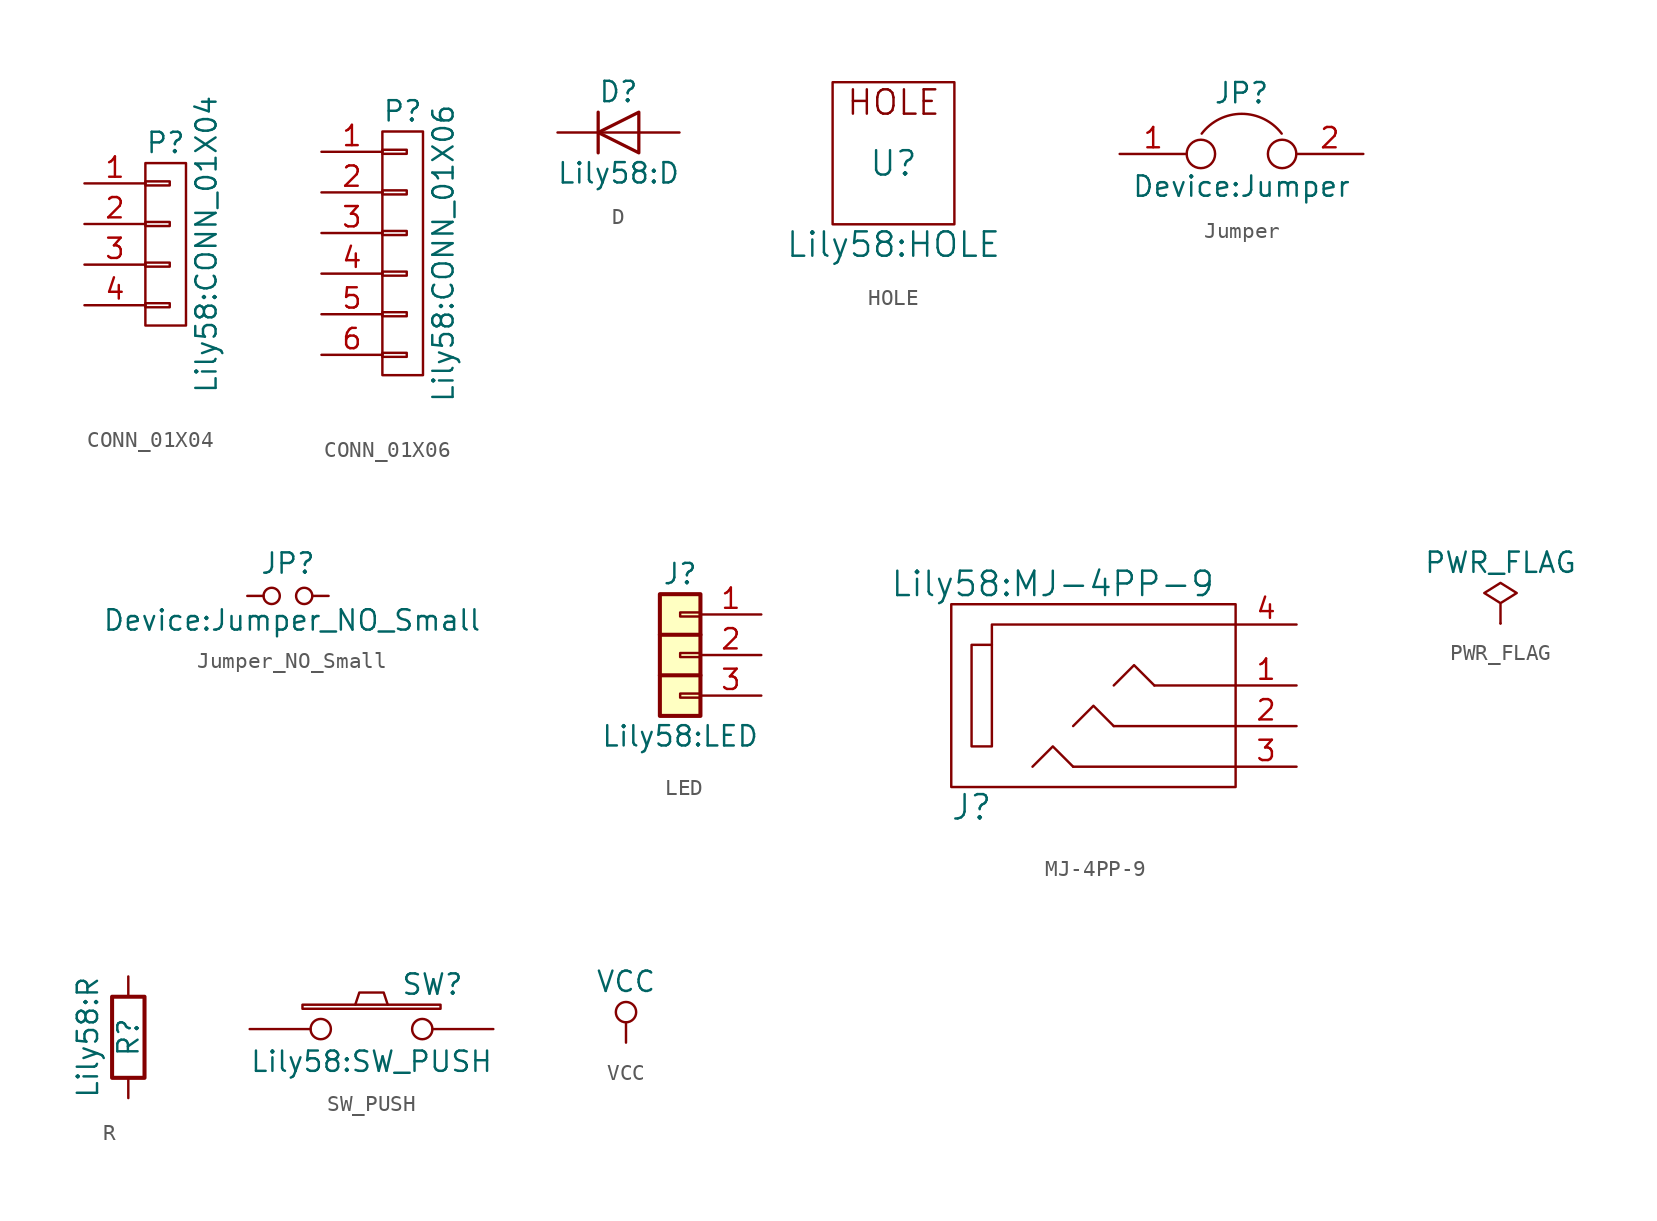
<source format=kicad_sym>
(kicad_symbol_lib
  (version 20220914)
  (generator kicad_symbol_editor)
  (symbol "CONN_01X04"
    (pin_names
      (offset 1.016) hide)
    (property "Reference" "P"
      (at 0 6.35 0)
      (effects (font (size 1.27 1.27))))
    (property "Value" "Lily58:CONN_01X04"
      (at 2.54 0 90)
      (effects (font (size 1.27 1.27))))
    (property "Footprint" ""
      (at 0 0 0)
      (effects (font (size 1.27 1.27))))
    (property "Datasheet" ""
      (at 0 0 0)
      (effects (font (size 1.27 1.27))))
    (symbol "CONN_01X04_0_1"
      (rectangle (start -1.27 -3.683) (end 0.254 -3.937) (stroke (width 0) (type solid)) (fill (type none)))
      (rectangle (start -1.27 -1.143) (end 0.254 -1.397) (stroke (width 0) (type solid)) (fill (type none)))
      (rectangle (start -1.27 1.397) (end 0.254 1.143) (stroke (width 0) (type solid)) (fill (type none)))
      (rectangle (start -1.27 3.937) (end 0.254 3.683) (stroke (width 0) (type solid)) (fill (type none)))
      (rectangle (start -1.27 5.08) (end 1.27 -5.08) (stroke (width 0) (type solid)) (fill (type none))))
    (symbol "CONN_01X04_1_1"
      (pin passive line (at -5.08 3.81 0) (length 3.81) (name "P1" (effects (font (size 1.27 1.27)))) (number "1" (effects (font (size 1.27 1.27)))))
      (pin passive line (at -5.08 1.27 0) (length 3.81) (name "P2" (effects (font (size 1.27 1.27)))) (number "2" (effects (font (size 1.27 1.27)))))
      (pin passive line (at -5.08 -1.27 0) (length 3.81) (name "P3" (effects (font (size 1.27 1.27)))) (number "3" (effects (font (size 1.27 1.27)))))
      (pin passive line (at -5.08 -3.81 0) (length 3.81) (name "P4" (effects (font (size 1.27 1.27)))) (number "4" (effects (font (size 1.27 1.27)))))))
  (symbol "CONN_01X06"
    (pin_names
      (offset 1.016) hide)
    (property "Reference" "P"
      (at 0 8.89 0)
      (effects (font (size 1.27 1.27))))
    (property "Value" "Lily58:CONN_01X06"
      (at 2.54 0 90)
      (effects (font (size 1.27 1.27))))
    (property "Footprint" ""
      (at 0 0 0)
      (effects (font (size 1.27 1.27))))
    (property "Datasheet" ""
      (at 0 0 0)
      (effects (font (size 1.27 1.27))))
    (symbol "CONN_01X06_0_1"
      (rectangle (start -1.27 -6.223) (end 0.254 -6.477) (stroke (width 0) (type solid)) (fill (type none)))
      (rectangle (start -1.27 -3.683) (end 0.254 -3.937) (stroke (width 0) (type solid)) (fill (type none)))
      (rectangle (start -1.27 -1.143) (end 0.254 -1.397) (stroke (width 0) (type solid)) (fill (type none)))
      (rectangle (start -1.27 1.397) (end 0.254 1.143) (stroke (width 0) (type solid)) (fill (type none)))
      (rectangle (start -1.27 3.937) (end 0.254 3.683) (stroke (width 0) (type solid)) (fill (type none)))
      (rectangle (start -1.27 6.477) (end 0.254 6.223) (stroke (width 0) (type solid)) (fill (type none)))
      (rectangle (start -1.27 7.62) (end 1.27 -7.62) (stroke (width 0) (type solid)) (fill (type none))))
    (symbol "CONN_01X06_1_1"
      (pin passive line (at -5.08 6.35 0) (length 3.81) (name "P1" (effects (font (size 1.27 1.27)))) (number "1" (effects (font (size 1.27 1.27)))))
      (pin passive line (at -5.08 3.81 0) (length 3.81) (name "P2" (effects (font (size 1.27 1.27)))) (number "2" (effects (font (size 1.27 1.27)))))
      (pin passive line (at -5.08 1.27 0) (length 3.81) (name "P3" (effects (font (size 1.27 1.27)))) (number "3" (effects (font (size 1.27 1.27)))))
      (pin passive line (at -5.08 -1.27 0) (length 3.81) (name "P4" (effects (font (size 1.27 1.27)))) (number "4" (effects (font (size 1.27 1.27)))))
      (pin passive line (at -5.08 -3.81 0) (length 3.81) (name "P5" (effects (font (size 1.27 1.27)))) (number "5" (effects (font (size 1.27 1.27)))))
      (pin passive line (at -5.08 -6.35 0) (length 3.81) (name "P6" (effects (font (size 1.27 1.27)))) (number "6" (effects (font (size 1.27 1.27)))))))
  (symbol "D"
    (pin_numbers hide)
    (pin_names
      (offset 1.016) hide)
    (property "Reference" "D"
      (at 0 2.54 0)
      (effects (font (size 1.27 1.27))))
    (property "Value" "Lily58:D"
      (at 0 -2.54 0)
      (effects (font (size 1.27 1.27))))
    (symbol "D_0_1"
      (polyline (pts (xy -1.27 1.27) (xy -1.27 -1.27)) (stroke (width 0.203) (type solid)) (fill (type none)))
      (polyline (pts (xy 1.27 0) (xy -1.27 0)) (stroke (width 0) (type solid)) (fill (type none)))
      (polyline (pts (xy 1.27 1.27) (xy 1.27 -1.27) (xy -1.27 0) (xy 1.27 1.27)) (stroke (width 0.203) (type solid)) (fill (type none))))
    (symbol "D_1_1"
      (pin passive line (at -3.81 0 0) (length 2.54) (name "K" (effects (font (size 1.27 1.27)))) (number "1" (effects (font (size 1.27 1.27)))))
      (pin passive line (at 3.81 0 180) (length 2.54) (name "A" (effects (font (size 1.27 1.27)))) (number "2" (effects (font (size 1.27 1.27)))))))
  (symbol "HOLE"
    (pin_names
      (offset 1.016))
    (property "Reference" "U"
      (at 0 0 0)
      (effects (font (size 1.524 1.524))))
    (property "Value" "Lily58:HOLE"
      (at 0 -5.08 0)
      (effects (font (size 1.524 1.524))))
    (property "Footprint" ""
      (at 0 0 0)
      (effects (font (size 1.524 1.524))))
    (property "Datasheet" ""
      (at 0 0 0)
      (effects (font (size 1.524 1.524))))
    (symbol "HOLE_0_0"
      (text "HOLE" (at 0 3.81 0) (effects (font (size 1.524 1.524)))))
    (symbol "HOLE_0_1"
      (rectangle (start 3.81 5.08) (end -3.81 -3.81) (stroke (width 0) (type solid)) (fill (type none)))))
  (symbol "Jumper"
    (pin_names
      (offset 0.762) hide)
    (property "Reference" "JP"
      (at 0 3.81 0)
      (effects (font (size 1.27 1.27))))
    (property "Value" "Device:Jumper"
      (at 0 -2.032 0)
      (effects (font (size 1.27 1.27))))
    (symbol "Jumper_0_1"
      (circle (center -2.54 0) (radius 0.889) (stroke (width 0) (type solid)) (fill (type none)))
      (arc (start 2.5146 1.27) (mid 0.0078 2.5097) (end -2.4892 1.27) (stroke (width 0) (type solid)) (fill (type none)))
      (circle (center 2.54 0) (radius 0.889) (stroke (width 0) (type solid)) (fill (type none)))
      (pin passive line (at -7.62 0 0) (length 4.191) (name "1" (effects (font (size 1.27 1.27)))) (number "1" (effects (font (size 1.27 1.27)))))
      (pin passive line (at 7.62 0 180) (length 4.191) (name "2" (effects (font (size 1.27 1.27)))) (number "2" (effects (font (size 1.27 1.27)))))))
  (symbol "Jumper_NO_Small"
    (pin_numbers hide)
    (pin_names
      (offset 0.762) hide)
    (property "Reference" "JP"
      (at 0 2.032 0)
      (effects (font (size 1.27 1.27))))
    (property "Value" "Device:Jumper_NO_Small"
      (at 0.254 -1.524 0)
      (effects (font (size 1.27 1.27))))
    (symbol "Jumper_NO_Small_0_1"
      (circle (center -1.016 0) (radius 0.508) (stroke (width 0) (type solid)) (fill (type none)))
      (circle (center 1.016 0) (radius 0.508) (stroke (width 0) (type solid)) (fill (type none)))
      (pin passive line (at -2.54 0 0) (length 1.016) (name "1" (effects (font (size 1.27 1.27)))) (number "1" (effects (font (size 1.27 1.27)))))
      (pin passive line (at 2.54 0 180) (length 1.016) (name "2" (effects (font (size 1.27 1.27)))) (number "2" (effects (font (size 1.27 1.27)))))))
  (symbol "LED"
    (pin_names
      (offset 1.016) hide)
    (property "Reference" "J"
      (at 0 5.08 0)
      (effects (font (size 1.27 1.27))))
    (property "Value" "Lily58:LED"
      (at 0 -5.08 0)
      (effects (font (size 1.27 1.27))))
    (symbol "LED_1_1"
      (rectangle (start -1.27 3.81) (end 1.27 -3.81) (stroke (width 0.254) (type solid)) (fill (type background)))
      (rectangle (start 0 -2.413) (end 1.27 -2.667) (stroke (width 0.152) (type solid)) (fill (type none)))
      (polyline (pts (xy -1.27 -1.27) (xy 1.27 -1.27)) (stroke (width 0.254) (type solid)) (fill (type none)))
      (polyline (pts (xy -1.27 1.27) (xy 1.27 1.27)) (stroke (width 0.254) (type solid)) (fill (type none)))
      (rectangle (start 0 0.127) (end 1.27 -0.127) (stroke (width 0.152) (type solid)) (fill (type none)))
      (rectangle (start 0 2.667) (end 1.27 2.413) (stroke (width 0.152) (type solid)) (fill (type none)))
      (pin passive line (at 5.08 2.54 180) (length 3.81) (name "Pin_1" (effects (font (size 1.27 1.27)))) (number "1" (effects (font (size 1.27 1.27)))))
      (pin passive line (at 5.08 0 180) (length 3.81) (name "Pin_2" (effects (font (size 1.27 1.27)))) (number "2" (effects (font (size 1.27 1.27)))))
      (pin passive line (at 5.08 -2.54 180) (length 3.81) (name "Pin_3" (effects (font (size 1.27 1.27)))) (number "3" (effects (font (size 1.27 1.27)))))))
  (symbol "MJ-4PP-9"
    (pin_names
      (offset 1.016))
    (property "Reference" "J"
      (at -8.89 -7.62 0)
      (effects (font (size 1.524 1.524))))
    (property "Value" "Lily58:MJ-4PP-9"
      (at -3.81 6.35 0)
      (effects (font (size 1.524 1.524))))
    (property "Footprint" ""
      (at 0 0 0)
      (effects (font (size 1.524 1.524))))
    (property "Datasheet" ""
      (at 0 0 0)
      (effects (font (size 1.524 1.524))))
    (symbol "MJ-4PP-9_0_1"
      (rectangle (start -7.62 2.54) (end -8.89 -3.81) (stroke (width 0) (type solid)) (fill (type none)))
      (polyline (pts (xy 2.54 0) (xy 7.62 0)) (stroke (width 0) (type solid)) (fill (type none)))
      (polyline (pts (xy -2.54 -5.08) (xy 7.62 -5.08) (xy 7.62 -5.08)) (stroke (width 0) (type solid)) (fill (type none)))
      (polyline (pts (xy 0 -2.54) (xy -1.27 -1.27) (xy -2.54 -2.54)) (stroke (width 0) (type solid)) (fill (type none)))
      (polyline (pts (xy 0 0) (xy 1.27 1.27) (xy 2.54 0)) (stroke (width 0) (type solid)) (fill (type none)))
      (polyline (pts (xy 7.62 3.81) (xy -7.62 3.81) (xy -7.62 2.54)) (stroke (width 0) (type solid)) (fill (type none)))
      (polyline (pts (xy -2.54 -5.08) (xy -3.81 -3.81) (xy -5.08 -5.08) (xy -5.08 -5.08)) (stroke (width 0) (type solid)) (fill (type none)))
      (polyline (pts (xy 0 -2.54) (xy 7.62 -2.54) (xy 7.62 -2.54) (xy 7.62 -2.54)) (stroke (width 0) (type solid)) (fill (type none)))
      (rectangle (start 7.62 -6.35) (end -10.16 5.08) (stroke (width 0) (type solid)) (fill (type none))))
    (symbol "MJ-4PP-9_1_1"
      (pin passive line (at 11.43 0 180) (length 3.81) (name "~" (effects (font (size 1.27 1.27)))) (number "1" (effects (font (size 1.27 1.27)))))
      (pin passive line (at 11.43 -2.54 180) (length 3.81) (name "~" (effects (font (size 1.27 1.27)))) (number "2" (effects (font (size 1.27 1.27)))))
      (pin passive line (at 11.43 -5.08 180) (length 3.81) (name "~" (effects (font (size 1.27 1.27)))) (number "3" (effects (font (size 1.27 1.27)))))
      (pin passive line (at 11.43 3.81 180) (length 3.81) (name "~" (effects (font (size 1.27 1.27)))) (number "4" (effects (font (size 1.27 1.27)))))))
  (symbol "PWR_FLAG"
    (power)
    (pin_numbers hide)
    (pin_names
      (offset 0) hide)
    (property "Reference" "#FLG"
      (at 0 0 0)
      (effects (font (size 1.27 1.27)) hide))
    (property "Value" "PWR_FLAG"
      (at 0 3.81 0)
      (effects (font (size 1.27 1.27))))
    (symbol "PWR_FLAG_0_0"
      (pin power_out line (at 0 0 90) (length 0) (name "pwr" (effects (font (size 1.27 1.27)))) (number "1" (effects (font (size 1.27 1.27))))))
    (symbol "PWR_FLAG_0_1"
      (polyline (pts (xy 0 0) (xy 0 1.27) (xy -1.016 1.905) (xy 0 2.54) (xy 1.016 1.905) (xy 0 1.27)) (stroke (width 0) (type solid)) (fill (type none)))))
  (symbol "R"
    (pin_numbers hide)
    (pin_names
      (offset 0))
    (property "Reference" "R"
      (at 0 0 90)
      (effects (font (size 1.27 1.27))))
    (property "Value" "Lily58:R"
      (at -2.54 0 90)
      (effects (font (size 1.27 1.27))))
    (symbol "R_0_1"
      (rectangle (start -1.016 -2.54) (end 1.016 2.54) (stroke (width 0.254) (type solid)) (fill (type none))))
    (symbol "R_1_1"
      (pin passive line (at 0 3.81 270) (length 1.27) (name "~" (effects (font (size 1.27 1.27)))) (number "1" (effects (font (size 1.27 1.27)))))
      (pin passive line (at 0 -3.81 90) (length 1.27) (name "~" (effects (font (size 1.27 1.27)))) (number "2" (effects (font (size 1.27 1.27)))))))
  (symbol "SW_PUSH"
    (pin_numbers hide)
    (pin_names
      (offset 1.016) hide)
    (property "Reference" "SW"
      (at 3.81 2.794 0)
      (effects (font (size 1.27 1.27))))
    (property "Value" "Lily58:SW_PUSH"
      (at 0 -2.032 0)
      (effects (font (size 1.27 1.27))))
    (property "Footprint" ""
      (at 0 0 0)
      (effects (font (size 1.27 1.27))))
    (property "Datasheet" ""
      (at 0 0 0)
      (effects (font (size 1.27 1.27))))
    (symbol "SW_PUSH_0_1"
      (rectangle (start -4.318 1.27) (end 4.318 1.524) (stroke (width 0) (type solid)) (fill (type none)))
      (polyline (pts (xy -1.016 1.524) (xy -0.762 2.286) (xy 0.762 2.286) (xy 1.016 1.524)) (stroke (width 0) (type solid)) (fill (type none)))
      (pin passive inverted (at -7.62 0 0) (length 5.08) (name "1" (effects (font (size 1.27 1.27)))) (number "1" (effects (font (size 1.27 1.27)))))
      (pin passive inverted (at 7.62 0 180) (length 5.08) (name "2" (effects (font (size 1.27 1.27)))) (number "2" (effects (font (size 1.27 1.27)))))))
  (symbol "VCC"
    (power)
    (pin_names
      (offset 0))
    (property "Reference" "#PWR"
      (at 0 -3.81 0)
      (effects (font (size 1.27 1.27)) hide))
    (property "Value" "VCC"
      (at 0 3.81 0)
      (effects (font (size 1.27 1.27))))
    (symbol "VCC_0_1"
      (polyline (pts (xy 0 0) (xy 0 1.27)) (stroke (width 0) (type solid)) (fill (type none)))
      (circle (center 0 1.905) (radius 0.635) (stroke (width 0) (type solid)) (fill (type none))))
    (symbol "VCC_1_1"
      (pin power_in line (at 0 0 90) (length 0) hide (name "VCC" (effects (font (size 1.27 1.27)))) (number "1" (effects (font (size 1.27 1.27))))))))
</source>
